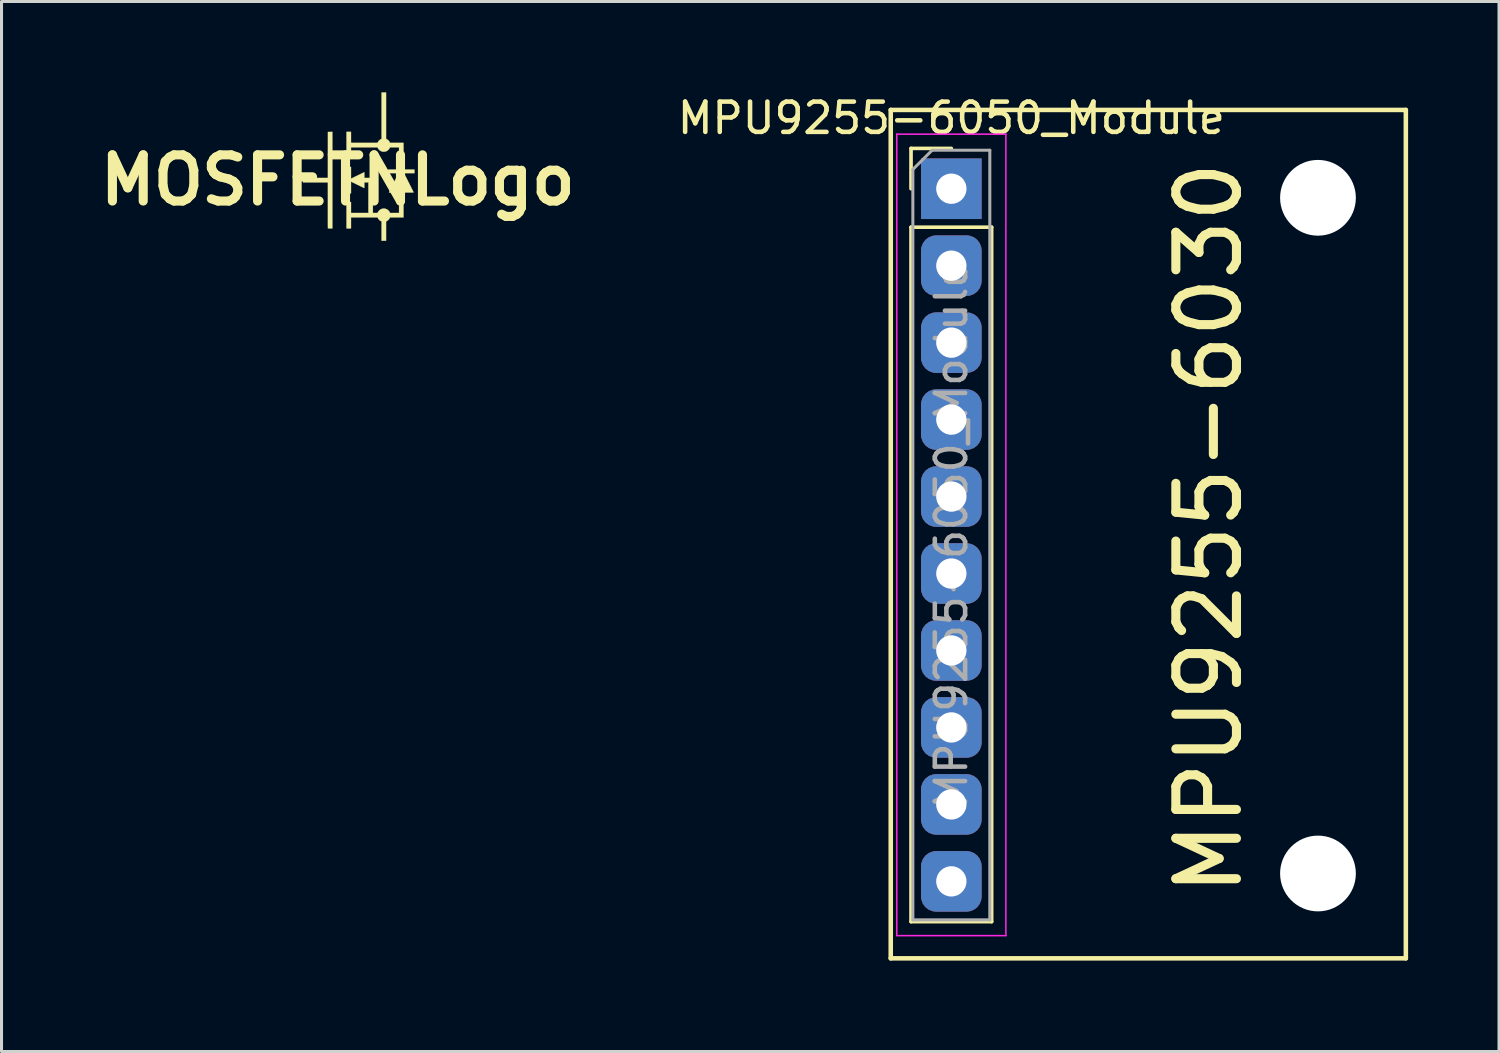
<source format=kicad_pcb>
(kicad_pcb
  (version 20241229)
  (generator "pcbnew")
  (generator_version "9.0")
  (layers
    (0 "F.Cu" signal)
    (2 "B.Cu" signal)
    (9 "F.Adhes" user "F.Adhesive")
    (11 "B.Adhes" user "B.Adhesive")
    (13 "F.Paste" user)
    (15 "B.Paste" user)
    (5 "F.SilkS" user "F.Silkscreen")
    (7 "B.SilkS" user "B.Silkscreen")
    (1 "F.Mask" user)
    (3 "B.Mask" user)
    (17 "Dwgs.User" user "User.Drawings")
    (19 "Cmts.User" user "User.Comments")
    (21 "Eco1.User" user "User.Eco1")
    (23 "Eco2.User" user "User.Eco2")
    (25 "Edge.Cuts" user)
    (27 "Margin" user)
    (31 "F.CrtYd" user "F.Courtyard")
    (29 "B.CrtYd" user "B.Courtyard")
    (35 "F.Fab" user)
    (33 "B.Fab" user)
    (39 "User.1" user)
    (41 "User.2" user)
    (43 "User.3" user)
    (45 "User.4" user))
  (footprint "MPU9255-6050_Module"
    (layer "F.Cu")
    (at 28.747 3.178)
    (property "Reference" "MPU9255-6050_Module" (at -0.4 -2.33 0) (layer "F.SilkS") (effects (font (size 1 1) (thickness 0.15))))
    (attr through_hole)
    (fp_line (start -2.4 -2.6) (end 14.6 -2.6) (stroke (width 0.15) (type solid)) (layer "F.SilkS"))
    (fp_line (start -2.4 25.4) (end -2.4 -2.6) (stroke (width 0.15) (type solid)) (layer "F.SilkS"))
    (fp_line (start -1.73 -1.33) (end -0.4 -1.33) (stroke (width 0.12) (type solid)) (layer "F.SilkS"))
    (fp_line (start -1.73 0) (end -1.73 -1.33) (stroke (width 0.12) (type solid)) (layer "F.SilkS"))
    (fp_line (start -1.73 1.27) (end -1.73 24.19) (stroke (width 0.12) (type solid)) (layer "F.SilkS"))
    (fp_line (start -1.73 1.27) (end 0.93 1.27) (stroke (width 0.12) (type solid)) (layer "F.SilkS"))
    (fp_line (start -1.73 24.19) (end 0.93 24.19) (stroke (width 0.12) (type solid)) (layer "F.SilkS"))
    (fp_line (start 0.93 1.27) (end 0.93 24.19) (stroke (width 0.12) (type solid)) (layer "F.SilkS"))
    (fp_line (start 14.6 -2.6) (end 14.6 25.4) (stroke (width 0.15) (type solid)) (layer "F.SilkS"))
    (fp_line (start 14.6 25.4) (end -2.4 25.4) (stroke (width 0.15) (type solid)) (layer "F.SilkS"))
    (fp_line (start -2.2 -1.8) (end -2.2 24.65) (stroke (width 0.05) (type solid)) (layer "F.CrtYd"))
    (fp_line (start -2.2 24.65) (end 1.4 24.65) (stroke (width 0.05) (type solid)) (layer "F.CrtYd"))
    (fp_line (start 1.4 -1.8) (end -2.2 -1.8) (stroke (width 0.05) (type solid)) (layer "F.CrtYd"))
    (fp_line (start 1.4 24.65) (end 1.4 -1.8) (stroke (width 0.05) (type solid)) (layer "F.CrtYd"))
    (fp_line (start -1.67 -0.635) (end -1.035 -1.27) (stroke (width 0.1) (type solid)) (layer "F.Fab"))
    (fp_line (start -1.67 24.13) (end -1.67 -0.635) (stroke (width 0.1) (type solid)) (layer "F.Fab"))
    (fp_line (start -1.035 -1.27) (end 0.87 -1.27) (stroke (width 0.1) (type solid)) (layer "F.Fab"))
    (fp_line (start 0.87 -1.27) (end 0.87 24.13) (stroke (width 0.1) (type solid)) (layer "F.Fab"))
    (fp_line (start 0.87 24.13) (end -1.67 24.13) (stroke (width 0.1) (type solid)) (layer "F.Fab"))
    (fp_text user "MPU9255-6030" (at 8.1 11.2 90) (layer "F.SilkS") (effects (font (size 2 2) (thickness 0.3))))
    (fp_text user "${REFERENCE}" (at -0.4 11.43 90) (layer "F.Fab") (effects (font (size 1 1) (thickness 0.15))))
    (pad "" np_thru_hole circle (at 11.7 0.3) (size 2.5 2.5) (drill 2.5) (layers "*.Cu" "*.Mask"))
    (pad "" np_thru_hole circle (at 11.7 22.6) (size 2.5 2.5) (drill 2.5) (layers "*.Cu" "*.Mask"))
    (pad "1" thru_hole rect (at -0.4 0) (size 2 2) (drill 1) (layers "*.Cu" "*.Mask"))
    (pad "2" thru_hole roundrect (at -0.4 2.54) (size 2 2) (drill 1) (layers "*.Cu" "*.Mask") (roundrect_rratio 0.25))
    (pad "3" thru_hole roundrect (at -0.4 5.08) (size 2 2) (drill 1) (layers "*.Cu" "*.Mask") (roundrect_rratio 0.25))
    (pad "4" thru_hole roundrect (at -0.4 7.62) (size 2 2) (drill 1) (layers "*.Cu" "*.Mask") (roundrect_rratio 0.25))
    (pad "5" thru_hole roundrect (at -0.4 10.16) (size 2 2) (drill 1) (layers "*.Cu" "*.Mask") (roundrect_rratio 0.25))
    (pad "6" thru_hole roundrect (at -0.4 12.7) (size 2 2) (drill 1) (layers "*.Cu" "*.Mask") (roundrect_rratio 0.25))
    (pad "7" thru_hole roundrect (at -0.4 15.24) (size 2 2) (drill 1) (layers "*.Cu" "*.Mask") (roundrect_rratio 0.25))
    (pad "8" thru_hole roundrect (at -0.4 17.78) (size 2 2) (drill 1) (layers "*.Cu" "*.Mask") (roundrect_rratio 0.25))
    (pad "9" thru_hole roundrect (at -0.4 20.32) (size 2 2) (drill 1) (layers "*.Cu" "*.Mask") (roundrect_rratio 0.25))
    (pad "10" thru_hole roundrect (at -0.4 22.86) (size 2 2) (drill 1) (layers "*.Cu" "*.Mask") (roundrect_rratio 0.25)))
  (footprint "MOSFETNLogo"
    (layer "F.Cu")
    (at 8.099 2.895)
    (property "Reference" "MOSFETNLogo" (at 0 0 0) (layer "F.SilkS") (effects (font (size 1.524 1.524) (thickness 0.3))))
    (attr through_hole)
    (fp_poly (pts (xy -0.181 1.592) (xy -0.252 1.592) (xy -0.272 1.592) (xy -0.289 1.591) (xy -0.304 1.591) (xy -0.316 1.591) (xy -0.323 1.59) (xy -0.325 1.59) (xy -0.326 1.587) (xy -0.326 1.579) (xy -0.326 1.565) (xy -0.326 1.547) (xy -0.326 1.523) (xy -0.326 1.496) (xy -0.327 1.464) (xy -0.327 1.428) (xy -0.327 1.388) (xy -0.327 1.345) (xy -0.327 1.298) (xy -0.327 1.248) (xy -0.327 1.196) (xy -0.327 1.14) (xy -0.327 1.083) (xy -0.327 1.023) (xy -0.327 0.961) (xy -0.327 0.897) (xy -0.327 0.832) (xy -0.327 0.073) (xy -1.15 0.073) (xy -1.15 -0.073) (xy -0.327 -0.073) (xy -0.326 -1.59) (xy -0.253 -1.591) (xy -0.181 -1.592) (xy -0.181 1.592)) (stroke (width 0.01) (type solid)) (fill yes) (layer "F.SilkS"))
    (fp_poly (pts (xy 1.592 -2.126) (xy 1.592 -1.362) (xy 1.615 -1.35) (xy 1.645 -1.331) (xy 1.672 -1.309) (xy 1.694 -1.283) (xy 1.711 -1.253) (xy 1.712 -1.251) (xy 1.722 -1.23) (xy 2.167 -1.23) (xy 2.167 -0.347) (xy 2.529 -0.347) (xy 2.529 -0.231) (xy 2.357 -0.231) (xy 2.326 -0.231) (xy 2.297 -0.231) (xy 2.27 -0.231) (xy 2.247 -0.231) (xy 2.226 -0.231) (xy 2.209 -0.231) (xy 2.196 -0.23) (xy 2.188 -0.23) (xy 2.184 -0.23) (xy 2.184 -0.23) (xy 2.186 -0.227) (xy 2.189 -0.22) (xy 2.195 -0.208) (xy 2.203 -0.192) (xy 2.213 -0.172) (xy 2.225 -0.149) (xy 2.238 -0.123) (xy 2.253 -0.093) (xy 2.269 -0.061) (xy 2.286 -0.027) (xy 2.304 0.01) (xy 2.323 0.048) (xy 2.342 0.086) (xy 2.362 0.125) (xy 2.381 0.163) (xy 2.4 0.2) (xy 2.417 0.234) (xy 2.433 0.266) (xy 2.448 0.295) (xy 2.461 0.322) (xy 2.472 0.345) (xy 2.482 0.365) (xy 2.49 0.381) (xy 2.496 0.393) (xy 2.499 0.4) (xy 2.5 0.403) (xy 2.499 0.404) (xy 2.494 0.405) (xy 2.486 0.405) (xy 2.473 0.405) (xy 2.457 0.406) (xy 2.436 0.406) (xy 2.411 0.406) (xy 2.38 0.406) (xy 2.344 0.406) (xy 2.334 0.406) (xy 2.167 0.406) (xy 2.167 1.23) (xy 1.722 1.23) (xy 1.712 1.251) (xy 1.695 1.281) (xy 1.673 1.307) (xy 1.648 1.33) (xy 1.618 1.348) (xy 1.615 1.35) (xy 1.592 1.361) (xy 1.592 2) (xy 1.445 2) (xy 1.445 2) (xy 1.445 1.362) (xy 1.42 1.35) (xy 1.391 1.333) (xy 1.365 1.311) (xy 1.343 1.285) (xy 1.324 1.256) (xy 1.323 1.254) (xy 1.311 1.23) (xy 0.435 1.23) (xy 0.435 1.592) (xy 0.288 1.592) (xy 0.288 0.722) (xy 0.435 0.722) (xy 0.435 1.084) (xy 1.01 1.084) (xy 1.01 0.073) (xy 0.875 0.073) (xy 0.875 0.167) (xy 0.875 0.195) (xy 0.875 0.219) (xy 0.874 0.237) (xy 0.874 0.25) (xy 0.873 0.258) (xy 0.872 0.26) (xy 0.869 0.258) (xy 0.862 0.255) (xy 0.85 0.249) (xy 0.834 0.242) (xy 0.814 0.232) (xy 0.792 0.221) (xy 0.766 0.209) (xy 0.738 0.195) (xy 0.708 0.181) (xy 0.677 0.165) (xy 0.653 0.154) (xy 0.62 0.138) (xy 0.589 0.123) (xy 0.56 0.108) (xy 0.533 0.095) (xy 0.508 0.083) (xy 0.487 0.073) (xy 0.468 0.064) (xy 0.454 0.057) (xy 0.443 0.052) (xy 0.437 0.049) (xy 0.436 0.048) (xy 0.436 0.051) (xy 0.435 0.059) (xy 0.435 0.071) (xy 0.435 0.088) (xy 0.435 0.109) (xy 0.435 0.133) (xy 0.435 0.16) (xy 0.435 0.19) (xy 0.435 0.221) (xy 0.435 0.241) (xy 0.435 0.435) (xy 0.288 0.435) (xy 0.288 -0.435) (xy 0.435 -0.435) (xy 0.435 -0.241) (xy 0.435 -0.209) (xy 0.435 -0.178) (xy 0.435 -0.149) (xy 0.435 -0.124) (xy 0.435 -0.101) (xy 0.435 -0.081) (xy 0.435 -0.066) (xy 0.435 -0.055) (xy 0.436 -0.049) (xy 0.436 -0.048) (xy 0.438 -0.049) (xy 0.446 -0.053) (xy 0.457 -0.058) (xy 0.473 -0.066) (xy 0.492 -0.075) (xy 0.515 -0.086) (xy 0.54 -0.099) (xy 0.568 -0.112) (xy 0.598 -0.127) (xy 0.629 -0.142) (xy 0.653 -0.154) (xy 0.686 -0.17) (xy 0.717 -0.185) (xy 0.746 -0.199) (xy 0.774 -0.213) (xy 0.798 -0.225) (xy 0.82 -0.235) (xy 0.839 -0.244) (xy 0.853 -0.251) (xy 0.864 -0.256) (xy 0.87 -0.259) (xy 0.872 -0.26) (xy 0.873 -0.257) (xy 0.874 -0.248) (xy 0.874 -0.235) (xy 0.875 -0.215) (xy 0.875 -0.191) (xy 0.875 -0.167) (xy 0.875 -0.073) (xy 1.157 -0.073) (xy 1.157 1.084) (xy 1.312 1.084) (xy 1.318 1.069) (xy 1.329 1.046) (xy 1.346 1.024) (xy 1.365 1.002) (xy 1.387 0.983) (xy 1.407 0.968) (xy 1.438 0.954) (xy 1.469 0.944) (xy 1.502 0.939) (xy 1.534 0.939) (xy 1.565 0.944) (xy 1.596 0.954) (xy 1.625 0.967) (xy 1.652 0.985) (xy 1.676 1.007) (xy 1.696 1.033) (xy 1.712 1.061) (xy 1.723 1.084) (xy 1.872 1.084) (xy 2.021 1.084) (xy 2.021 0.406) (xy 1.688 0.406) (xy 1.847 0.087) (xy 2.007 -0.231) (xy 1.659 -0.231) (xy 1.659 -0.347) (xy 2.021 -0.347) (xy 2.021 -1.084) (xy 1.872 -1.084) (xy 1.723 -1.084) (xy 1.712 -1.061) (xy 1.696 -1.032) (xy 1.675 -1.007) (xy 1.651 -0.985) (xy 1.624 -0.967) (xy 1.595 -0.953) (xy 1.565 -0.944) (xy 1.533 -0.939) (xy 1.501 -0.939) (xy 1.469 -0.944) (xy 1.437 -0.954) (xy 1.407 -0.968) (xy 1.385 -0.984) (xy 1.364 -1.003) (xy 1.344 -1.025) (xy 1.328 -1.048) (xy 1.318 -1.069) (xy 1.312 -1.084) (xy 0.435 -1.084) (xy 0.435 -0.722) (xy 0.288 -0.722) (xy 0.288 -1.592) (xy 0.435 -1.592) (xy 0.435 -1.23) (xy 1.311 -1.23) (xy 1.322 -1.252) (xy 1.339 -1.28) (xy 1.361 -1.306) (xy 1.386 -1.329) (xy 1.413 -1.347) (xy 1.423 -1.351) (xy 1.445 -1.362) (xy 1.445 -2.126) (xy 1.445 -2.89) (xy 1.592 -2.89) (xy 1.592 -2.126)) (stroke (width 0.01) (type solid)) (fill yes) (layer "F.SilkS")))
  (gr_rect
    (start -3 -3)
    (end 46.422 31.653)
    (stroke (width 0.1) (type default))
    (fill no)
    (layer "Edge.Cuts")))
</source>
